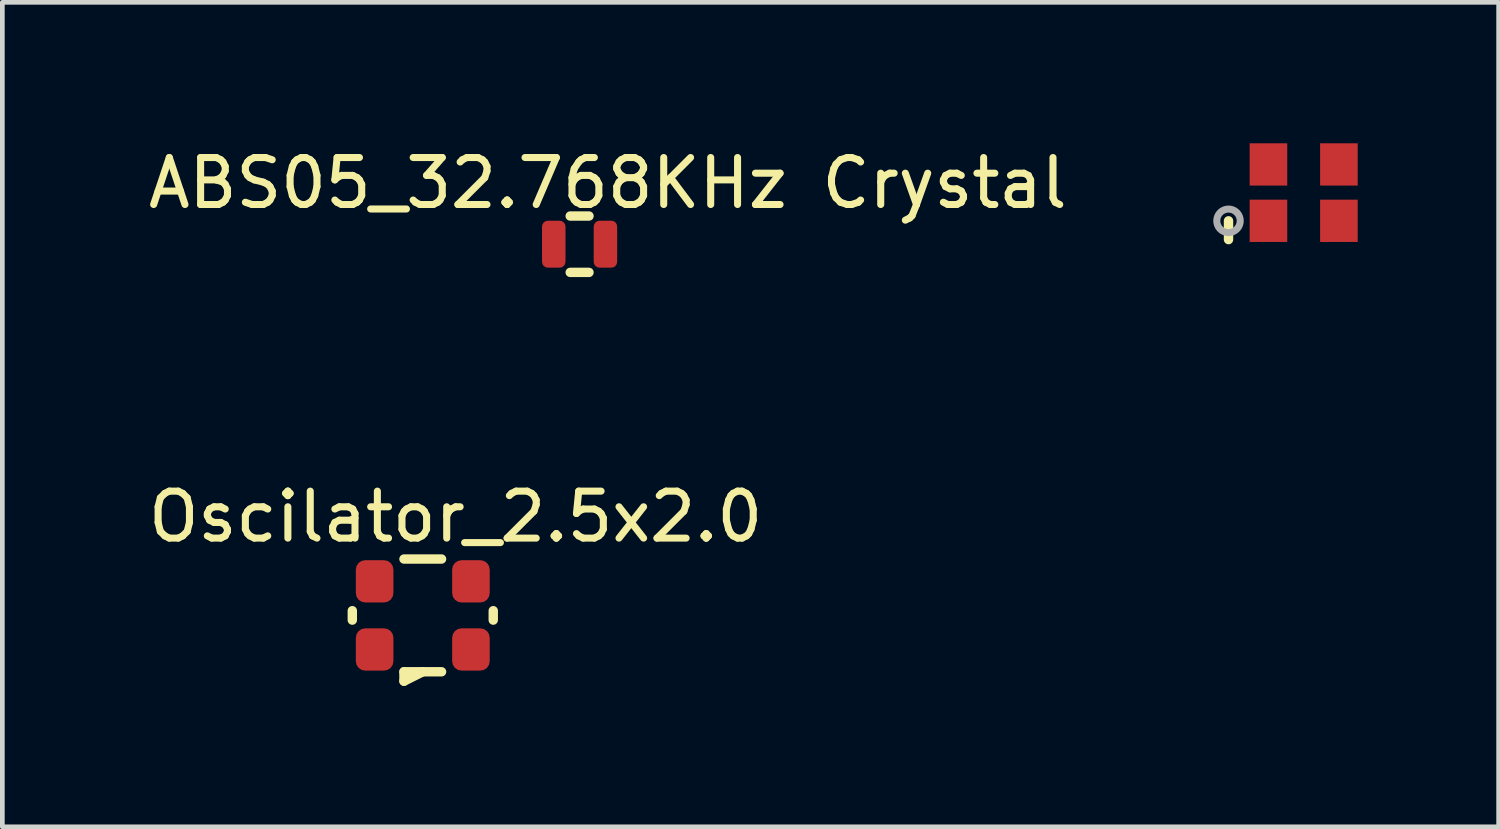
<source format=kicad_pcb>
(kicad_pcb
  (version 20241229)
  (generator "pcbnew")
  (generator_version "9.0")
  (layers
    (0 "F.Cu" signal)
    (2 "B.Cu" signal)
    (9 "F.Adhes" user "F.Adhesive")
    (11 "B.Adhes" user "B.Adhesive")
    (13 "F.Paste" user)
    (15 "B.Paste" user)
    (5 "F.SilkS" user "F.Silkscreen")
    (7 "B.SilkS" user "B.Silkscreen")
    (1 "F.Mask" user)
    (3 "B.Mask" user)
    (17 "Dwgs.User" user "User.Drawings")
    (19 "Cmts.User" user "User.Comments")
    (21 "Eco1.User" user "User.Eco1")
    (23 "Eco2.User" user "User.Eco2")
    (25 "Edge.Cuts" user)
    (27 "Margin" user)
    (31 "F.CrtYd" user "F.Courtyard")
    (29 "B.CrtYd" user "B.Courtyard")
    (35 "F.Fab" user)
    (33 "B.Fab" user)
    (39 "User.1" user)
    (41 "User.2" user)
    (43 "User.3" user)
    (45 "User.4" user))
  (footprint "Oscilator_2.5x2.0"
    (layer "F.Cu")
    (at 5.949 10.049)
    (property "Reference" "Oscilator_2.5x2.0" (at 0.7 -2.1 0) (layer "F.SilkS") (effects (font (size 1 1) (thickness 0.15))))
    (attr through_hole)
    (fp_line (start -1.5 -0.1) (end -1.5 0.1) (stroke (width 0.2) (type solid)) (layer "F.SilkS"))
    (fp_line (start -0.4 -1.2) (end 0.4 -1.2) (stroke (width 0.2) (type solid)) (layer "F.SilkS"))
    (fp_line (start -0.4 1.2) (end -0.4 1.4) (stroke (width 0.2) (type solid)) (layer "F.SilkS"))
    (fp_line (start -0.4 1.2) (end 0.4 1.2) (stroke (width 0.2) (type solid)) (layer "F.SilkS"))
    (fp_line (start -0.4 1.4) (end 0 1.2) (stroke (width 0.2) (type solid)) (layer "F.SilkS"))
    (fp_line (start 1.5 -0.1) (end 1.5 0.1) (stroke (width 0.2) (type solid)) (layer "F.SilkS"))
    (pad "1" smd roundrect (at -1.025 0.725) (size 0.8 0.9) (layers "F.Cu" "F.Mask" "F.Paste") (roundrect_rratio 0.25))
    (pad "2" smd roundrect (at 1.025 0.725) (size 0.8 0.9) (layers "F.Cu" "F.Mask" "F.Paste") (roundrect_rratio 0.25))
    (pad "3" smd roundrect (at 1.025 -0.725) (size 0.8 0.9) (layers "F.Cu" "F.Mask" "F.Paste") (roundrect_rratio 0.25))
    (pad "4" smd roundrect (at -1.025 -0.725) (size 0.8 0.9) (layers "F.Cu" "F.Mask" "F.Paste") (roundrect_rratio 0.25)))
  (footprint "CDFN3225-4LD-PL-1"
    (layer "F.Cu")
    (at 24.699 1.05)
    (property "Reference" "CDFN3225-4LD-PL-1" (at 0 3.05 0) (layer "F.SilkS") (effects (font (size 0.001 0.001) (thickness 0.15))))
    (attr through_hole)
    (fp_line (start -1.6 0.6) (end -1.6 1) (stroke (width 0.2) (type solid)) (layer "F.SilkS"))
    (fp_circle (center -1.6 0.6) (end -1.4 0.45) (stroke (width 0.15) (type solid)) (fill no) (layer "F.Fab"))
    (pad "1" smd rect (at -0.75 0.6 90) (size 0.9 0.8) (layers "F.Cu" "F.Mask" "F.Paste"))
    (pad "2" smd rect (at 0.75 0.6 90) (size 0.9 0.8) (layers "F.Cu" "F.Mask" "F.Paste"))
    (pad "3" smd rect (at 0.75 -0.6 90) (size 0.9 0.8) (layers "F.Cu" "F.Mask" "F.Paste"))
    (pad "4" smd rect (at -0.75 -0.6 90) (size 0.9 0.8) (layers "F.Cu" "F.Mask" "F.Paste")))
  (footprint "ABS05_32.768KHz Crystal"
    (layer "F.Cu")
    (at 9.287 2.148)
    (property "Reference" "ABS05_32.768KHz Crystal" (at 0.6 -1.3 0) (layer "F.SilkS") (effects (font (size 1 1) (thickness 0.15))))
    (attr through_hole)
    (fp_line (start -0.2 -0.6) (end 0.2 -0.6) (stroke (width 0.2) (type solid)) (layer "F.SilkS"))
    (fp_line (start -0.2 0.6) (end 0.2 0.6) (stroke (width 0.2) (type solid)) (layer "F.SilkS"))
    (pad "1" smd roundrect (at -0.55 0) (size 0.5 1) (layers "F.Cu" "F.Mask" "F.Paste") (roundrect_rratio 0.25))
    (pad "2" smd roundrect (at 0.55 0) (size 0.5 1) (layers "F.Cu" "F.Mask" "F.Paste") (roundrect_rratio 0.25)))
  (gr_rect
    (start -3 -3)
    (end 28.849 14.549)
    (stroke (width 0.1) (type default))
    (fill no)
    (layer "Edge.Cuts")))
</source>
